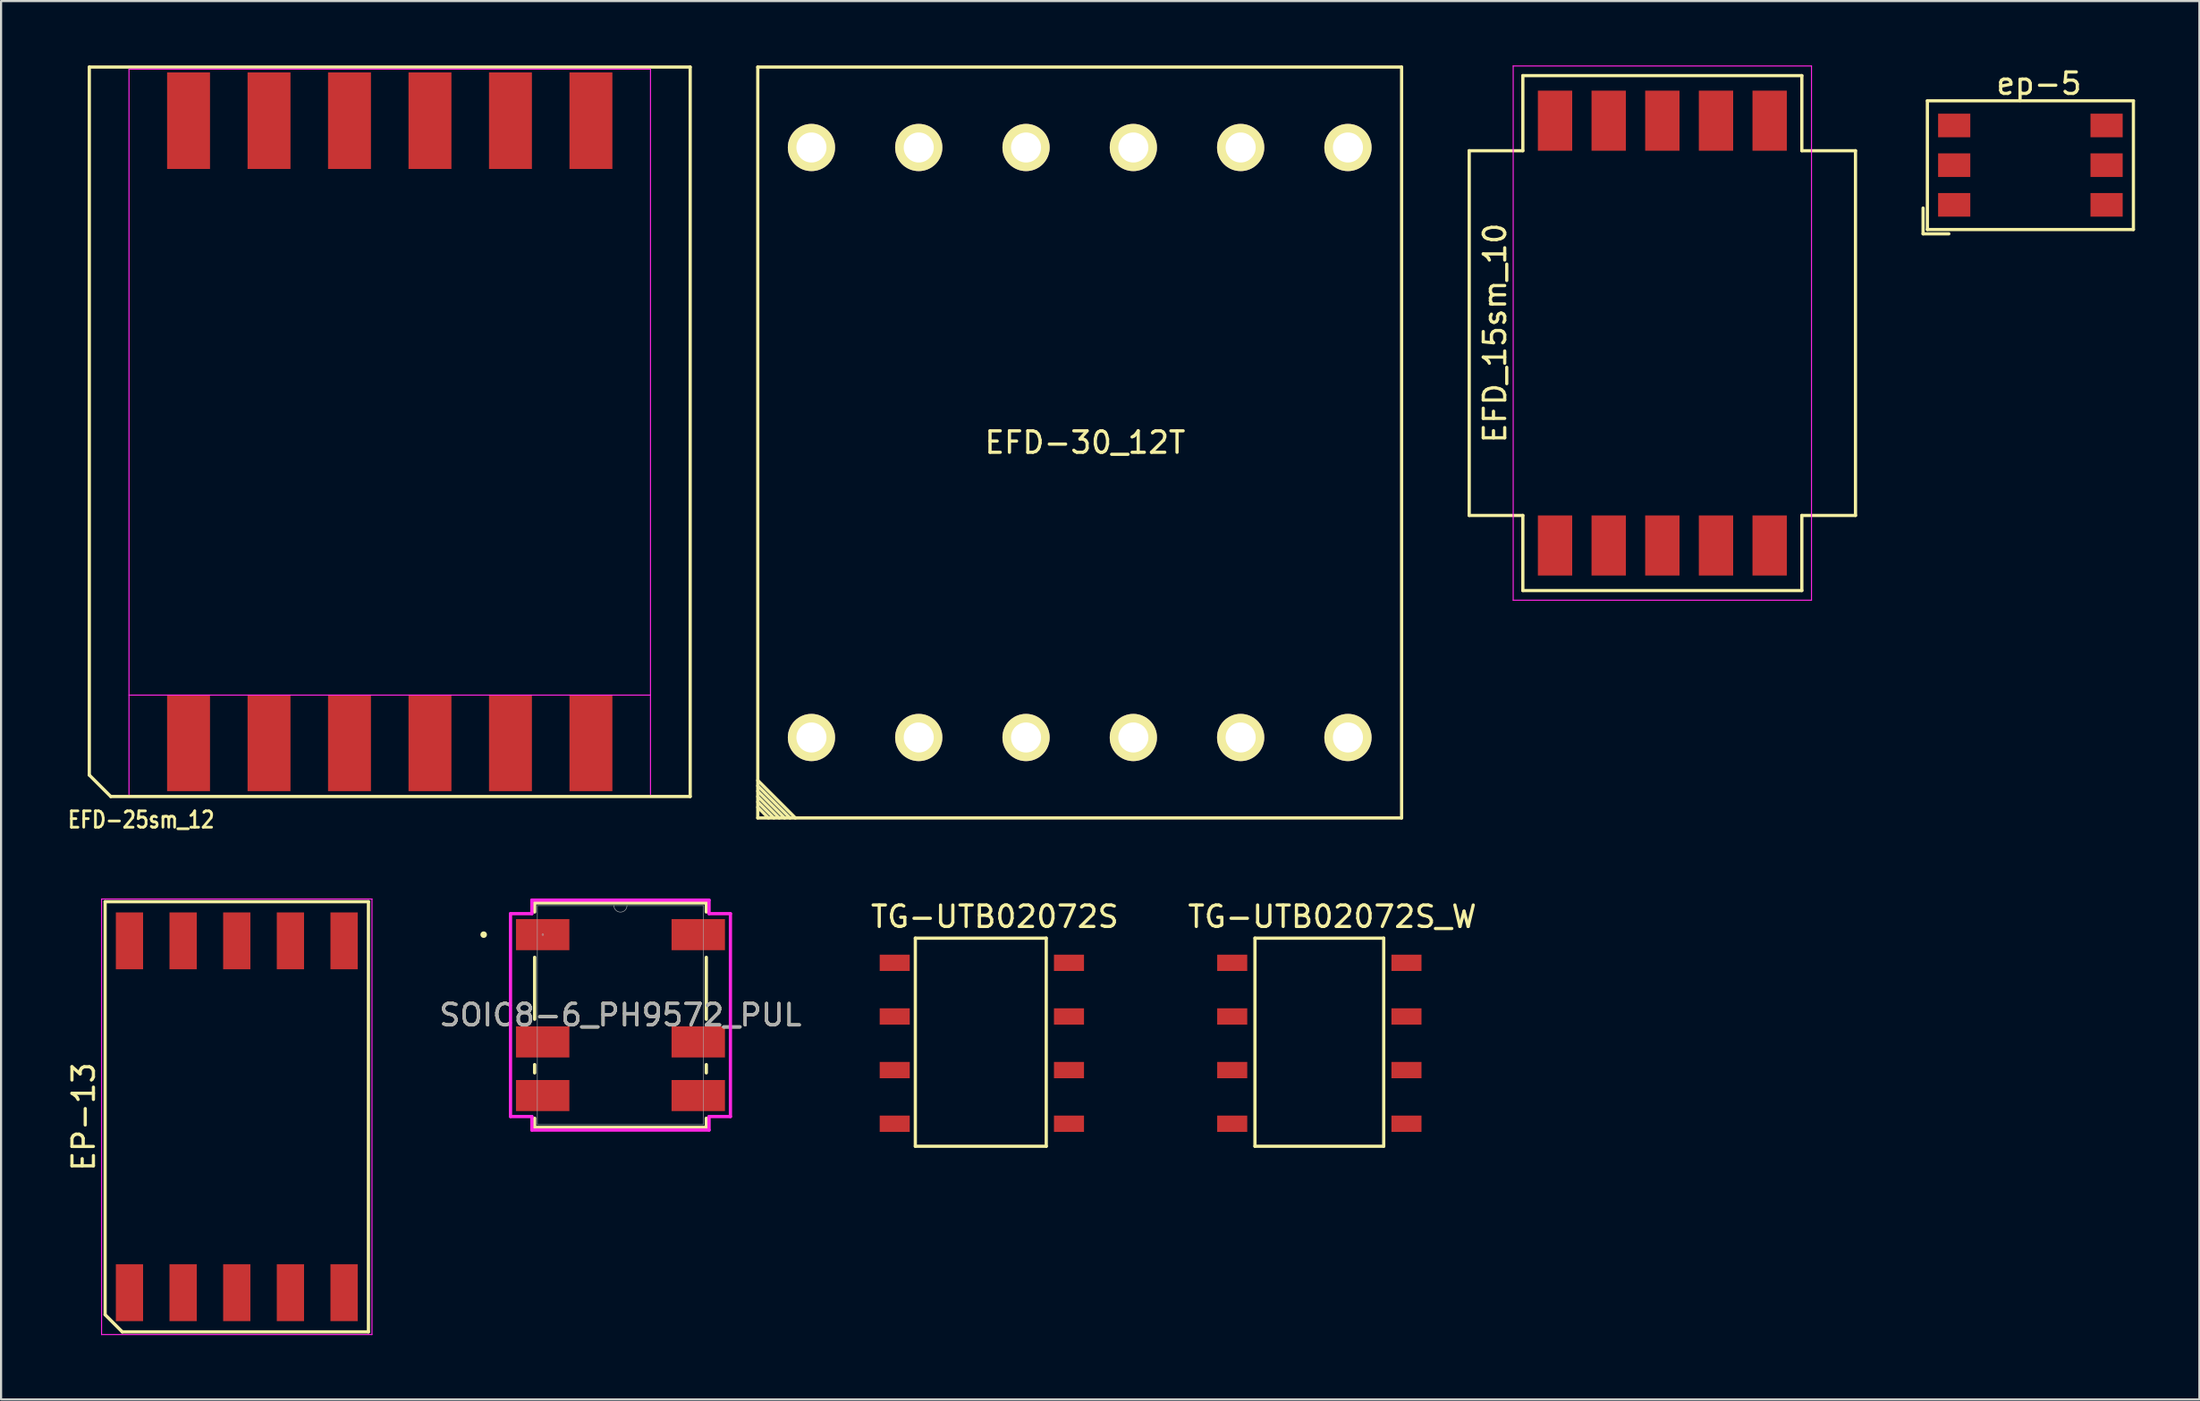
<source format=kicad_pcb>
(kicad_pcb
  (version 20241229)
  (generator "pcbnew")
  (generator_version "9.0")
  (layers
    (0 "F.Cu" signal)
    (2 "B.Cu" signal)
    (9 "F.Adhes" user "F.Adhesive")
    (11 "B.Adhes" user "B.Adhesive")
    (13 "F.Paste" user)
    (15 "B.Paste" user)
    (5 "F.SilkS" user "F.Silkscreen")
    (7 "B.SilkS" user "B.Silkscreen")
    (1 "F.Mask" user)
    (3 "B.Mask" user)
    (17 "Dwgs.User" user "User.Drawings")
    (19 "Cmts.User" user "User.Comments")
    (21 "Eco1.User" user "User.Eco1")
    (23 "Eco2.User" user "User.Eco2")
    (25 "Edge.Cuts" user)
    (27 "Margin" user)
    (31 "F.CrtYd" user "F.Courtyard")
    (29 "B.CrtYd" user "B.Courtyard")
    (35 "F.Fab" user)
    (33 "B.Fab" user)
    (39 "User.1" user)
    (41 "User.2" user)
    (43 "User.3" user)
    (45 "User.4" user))
  (footprint "EFD-25sm_12"
    (layer "F.Cu")
    (at 15.111 17.075)
    (property "Reference" "EFD-25sm_12" (at -11.582 18.085 180) (layer "F.SilkS") (effects (font (size 0.762 0.635) (thickness 0.127))))
    (attr smd)
    (fp_line (start -14 -17) (end 14 -17) (stroke (width 0.15) (type solid)) (layer "F.SilkS"))
    (fp_line (start -14 16) (end -14 -17) (stroke (width 0.15) (type solid)) (layer "F.SilkS"))
    (fp_line (start -13 17) (end -14 16) (stroke (width 0.15) (type solid)) (layer "F.SilkS"))
    (fp_line (start 14 -17) (end 14 17) (stroke (width 0.15) (type solid)) (layer "F.SilkS"))
    (fp_line (start 14 17) (end -13 17) (stroke (width 0.15) (type solid)) (layer "F.SilkS"))
    (fp_line (start -12.15 -16.9) (end 12.15 -16.9) (stroke (width 0.05) (type solid)) (layer "F.CrtYd"))
    (fp_line (start -12.15 16.9) (end -12.15 -16.9) (stroke (width 0.05) (type solid)) (layer "F.CrtYd"))
    (fp_line (start 12.15 -16.9) (end 12.15 16.9) (stroke (width 0.05) (type solid)) (layer "F.CrtYd"))
    (fp_line (start 12.15 12.275) (end -12.15 12.275) (stroke (width 0.05) (type solid)) (layer "F.CrtYd"))
    (pad "1" smd rect (at -9.375 14.5) (size 2 4.5) (layers "F.Cu" "F.Mask" "F.Paste"))
    (pad "2" smd rect (at -5.625 14.5) (size 2 4.5) (layers "F.Cu" "F.Mask" "F.Paste"))
    (pad "3" smd rect (at -1.875 14.5) (size 2 4.5) (layers "F.Cu" "F.Mask" "F.Paste"))
    (pad "4" smd rect (at 1.875 14.5) (size 2 4.5) (layers "F.Cu" "F.Mask" "F.Paste"))
    (pad "5" smd rect (at 5.625 14.5) (size 2 4.5) (layers "F.Cu" "F.Mask" "F.Paste"))
    (pad "6" smd rect (at 9.375 14.5) (size 2 4.5) (layers "F.Cu" "F.Mask" "F.Paste"))
    (pad "7" smd rect (at 9.375 -14.5) (size 2 4.5) (layers "F.Cu" "F.Mask" "F.Paste"))
    (pad "8" smd rect (at 5.625 -14.5) (size 2 4.5) (layers "F.Cu" "F.Mask" "F.Paste"))
    (pad "9" smd rect (at 1.875 -14.5) (size 2 4.5) (layers "F.Cu" "F.Mask" "F.Paste"))
    (pad "10" smd rect (at -1.875 -14.5) (size 2 4.5) (layers "F.Cu" "F.Mask" "F.Paste"))
    (pad "11" smd rect (at -5.625 -14.5) (size 2 4.5) (layers "F.Cu" "F.Mask" "F.Paste"))
    (pad "12" smd rect (at -9.375 -14.5) (size 2 4.5) (layers "F.Cu" "F.Mask" "F.Paste")))
  (footprint "ep-5"
    (layer "F.Cu")
    (at 91.561 4.648)
    (property "Reference" "ep-5" (at 0.4 -3.8 0) (layer "F.SilkS") (effects (font (size 1 1) (thickness 0.15))))
    (attr through_hole)
    (fp_line (start -5 3.2) (end -5 2) (stroke (width 0.15) (type solid)) (layer "F.SilkS"))
    (fp_line (start -4.8 -3) (end 4.8 -3) (stroke (width 0.15) (type solid)) (layer "F.SilkS"))
    (fp_line (start -4.8 3) (end -4.8 -3) (stroke (width 0.15) (type solid)) (layer "F.SilkS"))
    (fp_line (start -3.8 3.2) (end -5 3.2) (stroke (width 0.15) (type solid)) (layer "F.SilkS"))
    (fp_line (start 4.8 -3) (end 4.8 3) (stroke (width 0.15) (type solid)) (layer "F.SilkS"))
    (fp_line (start 4.8 3) (end -4.8 3) (stroke (width 0.15) (type solid)) (layer "F.SilkS"))
    (pad "1" smd rect (at -3.55 1.85) (size 1.5 1.1) (layers "F.Cu" "F.Mask" "F.Paste"))
    (pad "2" smd rect (at -3.55 0) (size 1.5 1.1) (layers "F.Cu" "F.Mask" "F.Paste"))
    (pad "3" smd rect (at -3.55 -1.85) (size 1.5 1.1) (layers "F.Cu" "F.Mask" "F.Paste"))
    (pad "4" smd rect (at 3.55 -1.85) (size 1.5 1.1) (layers "F.Cu" "F.Mask" "F.Paste"))
    (pad "5" smd rect (at 3.55 0) (size 1.5 1.1) (layers "F.Cu" "F.Mask" "F.Paste"))
    (pad "6" smd rect (at 3.55 1.85) (size 1.5 1.1) (layers "F.Cu" "F.Mask" "F.Paste")))
  (footprint "EFD_15sm_10"
    (layer "F.Cu")
    (at 74.411 12.475)
    (property "Reference" "EFD_15sm_10" (at -7.8 0 90) (layer "F.SilkS") (effects (font (size 1 1) (thickness 0.15))))
    (attr smd)
    (fp_line (start -9 -8.5) (end -6.5 -8.5) (stroke (width 0.15) (type solid)) (layer "F.SilkS"))
    (fp_line (start -9 8.5) (end -9 -8.5) (stroke (width 0.15) (type solid)) (layer "F.SilkS"))
    (fp_line (start -6.5 -12) (end 6.5 -12) (stroke (width 0.15) (type solid)) (layer "F.SilkS"))
    (fp_line (start -6.5 -8.5) (end -6.5 -12) (stroke (width 0.15) (type solid)) (layer "F.SilkS"))
    (fp_line (start -6.5 8.5) (end -9 8.5) (stroke (width 0.15) (type solid)) (layer "F.SilkS"))
    (fp_line (start -6.5 12) (end -6.5 8.5) (stroke (width 0.15) (type solid)) (layer "F.SilkS"))
    (fp_line (start 6.5 -12) (end 6.5 -8.5) (stroke (width 0.15) (type solid)) (layer "F.SilkS"))
    (fp_line (start 6.5 -8.5) (end 9 -8.5) (stroke (width 0.15) (type solid)) (layer "F.SilkS"))
    (fp_line (start 6.5 8.5) (end 6.5 12) (stroke (width 0.15) (type solid)) (layer "F.SilkS"))
    (fp_line (start 6.5 12) (end -6.5 12) (stroke (width 0.15) (type solid)) (layer "F.SilkS"))
    (fp_line (start 9 -8.5) (end 9 8.5) (stroke (width 0.15) (type solid)) (layer "F.SilkS"))
    (fp_line (start 9 8.5) (end 6.5 8.5) (stroke (width 0.15) (type solid)) (layer "F.SilkS"))
    (fp_line (start -6.95 -12.45) (end 6.95 -12.45) (stroke (width 0.05) (type solid)) (layer "F.CrtYd"))
    (fp_line (start -6.95 12.45) (end -6.95 -12.45) (stroke (width 0.05) (type solid)) (layer "F.CrtYd"))
    (fp_line (start 6.95 -12.45) (end 6.95 12.45) (stroke (width 0.05) (type solid)) (layer "F.CrtYd"))
    (fp_line (start 6.95 12.45) (end -6.95 12.45) (stroke (width 0.05) (type solid)) (layer "F.CrtYd"))
    (pad "1" smd rect (at -5 9.9) (size 1.6 2.8) (layers "F.Cu" "F.Mask" "F.Paste"))
    (pad "2" smd rect (at -2.5 9.9) (size 1.6 2.8) (layers "F.Cu" "F.Mask" "F.Paste"))
    (pad "3" smd rect (at 0 9.9) (size 1.6 2.8) (layers "F.Cu" "F.Mask" "F.Paste"))
    (pad "4" smd rect (at 2.5 9.9) (size 1.6 2.8) (layers "F.Cu" "F.Mask" "F.Paste"))
    (pad "5" smd rect (at 5 9.9) (size 1.6 2.8) (layers "F.Cu" "F.Mask" "F.Paste"))
    (pad "6" smd rect (at 5 -9.9) (size 1.6 2.8) (layers "F.Cu" "F.Mask" "F.Paste"))
    (pad "7" smd rect (at 2.5 -9.9) (size 1.6 2.8) (layers "F.Cu" "F.Mask" "F.Paste"))
    (pad "8" smd rect (at 0 -9.9) (size 1.6 2.8) (layers "F.Cu" "F.Mask" "F.Paste"))
    (pad "9" smd rect (at -2.5 -9.9) (size 1.6 2.8) (layers "F.Cu" "F.Mask" "F.Paste"))
    (pad "10" smd rect (at -5 -9.9) (size 1.6 2.8) (layers "F.Cu" "F.Mask" "F.Paste")))
  (footprint "TG-UTB02072S"
    (layer "F.Cu")
    (at 42.702 45.577)
    (property "Reference" "TG-UTB02072S" (at 0.6 -5.9 0) (layer "F.SilkS") (effects (font (size 1 1) (thickness 0.15))))
    (attr through_hole)
    (fp_line (start -3.1 -4.9) (end 3 -4.9) (stroke (width 0.15) (type solid)) (layer "F.SilkS"))
    (fp_line (start -3.1 4.8) (end -3.1 -4.9) (stroke (width 0.15) (type solid)) (layer "F.SilkS"))
    (fp_line (start 3 -4.9) (end 3 4.8) (stroke (width 0.15) (type solid)) (layer "F.SilkS"))
    (fp_line (start 3 4.8) (end -3.1 4.8) (stroke (width 0.15) (type solid)) (layer "F.SilkS"))
    (pad "1" smd rect (at -4.06 3.75) (size 1.4 0.76) (layers "F.Cu" "F.Mask" "F.Paste"))
    (pad "2" smd rect (at -4.06 1.25) (size 1.4 0.76) (layers "F.Cu" "F.Mask" "F.Paste"))
    (pad "3" smd rect (at -4.06 -1.25) (size 1.4 0.76) (layers "F.Cu" "F.Mask" "F.Paste"))
    (pad "4" smd rect (at -4.06 -3.75) (size 1.4 0.76) (layers "F.Cu" "F.Mask" "F.Paste"))
    (pad "5" smd rect (at 4.06 -3.75) (size 1.4 0.76) (layers "F.Cu" "F.Mask" "F.Paste"))
    (pad "6" smd rect (at 4.06 -1.25) (size 1.4 0.76) (layers "F.Cu" "F.Mask" "F.Paste"))
    (pad "7" smd rect (at 4.06 1.25) (size 1.4 0.76) (layers "F.Cu" "F.Mask" "F.Paste"))
    (pad "8" smd rect (at 4.06 3.75) (size 1.4 0.76) (layers "F.Cu" "F.Mask" "F.Paste")))
  (footprint "EFD-30_12T"
    (layer "F.Cu")
    (at 47.261 17.575)
    (property "Reference" "EFD-30_12T" (at 0.25 0 0) (layer "F.SilkS") (effects (font (size 1 1) (thickness 0.15))))
    (attr through_hole)
    (fp_line (start -15 -17.5) (end 15 -17.5) (stroke (width 0.15) (type solid)) (layer "F.SilkS"))
    (fp_line (start -15 15.75) (end -13.25 17.5) (stroke (width 0.15) (type solid)) (layer "F.SilkS"))
    (fp_line (start -15 16) (end -13.5 17.5) (stroke (width 0.15) (type solid)) (layer "F.SilkS"))
    (fp_line (start -15 16.25) (end -13.75 17.5) (stroke (width 0.15) (type solid)) (layer "F.SilkS"))
    (fp_line (start -15 16.5) (end -14 17.5) (stroke (width 0.15) (type solid)) (layer "F.SilkS"))
    (fp_line (start -15 16.75) (end -14.25 17.5) (stroke (width 0.15) (type solid)) (layer "F.SilkS"))
    (fp_line (start -15 17) (end -14.5 17.5) (stroke (width 0.15) (type solid)) (layer "F.SilkS"))
    (fp_line (start -15 17.5) (end -15 -17.5) (stroke (width 0.15) (type solid)) (layer "F.SilkS"))
    (fp_line (start 15 -17.5) (end 15 17.5) (stroke (width 0.15) (type solid)) (layer "F.SilkS"))
    (fp_line (start 15 17.5) (end -15 17.5) (stroke (width 0.15) (type solid)) (layer "F.SilkS"))
    (pad "1" thru_hole circle (at -12.5 13.75) (size 2.2 2.2) (drill 1.4) (layers "*.Cu" "*.Mask" "F.SilkS"))
    (pad "2" thru_hole circle (at -7.5 13.75) (size 2.2 2.2) (drill 1.4) (layers "*.Cu" "*.Mask" "F.SilkS"))
    (pad "3" thru_hole circle (at -2.5 13.75) (size 2.2 2.2) (drill 1.4) (layers "*.Cu" "*.Mask" "F.SilkS"))
    (pad "4" thru_hole circle (at 2.5 13.75) (size 2.2 2.2) (drill 1.4) (layers "*.Cu" "*.Mask" "F.SilkS"))
    (pad "5" thru_hole circle (at 7.5 13.75) (size 2.2 2.2) (drill 1.4) (layers "*.Cu" "*.Mask" "F.SilkS"))
    (pad "6" thru_hole circle (at 12.5 13.75) (size 2.2 2.2) (drill 1.4) (layers "*.Cu" "*.Mask" "F.SilkS"))
    (pad "7" thru_hole circle (at 12.5 -13.75) (size 2.2 2.2) (drill 1.4) (layers "*.Cu" "*.Mask" "F.SilkS"))
    (pad "8" thru_hole circle (at 7.5 -13.75) (size 2.2 2.2) (drill 1.4) (layers "*.Cu" "*.Mask" "F.SilkS"))
    (pad "9" thru_hole circle (at 2.5 -13.75) (size 2.2 2.2) (drill 1.4) (layers "*.Cu" "*.Mask" "F.SilkS"))
    (pad "10" thru_hole circle (at -2.5 -13.75) (size 2.2 2.2) (drill 1.4) (layers "*.Cu" "*.Mask" "F.SilkS"))
    (pad "11" thru_hole circle (at -7.5 -13.75) (size 2.2 2.2) (drill 1.4) (layers "*.Cu" "*.Mask" "F.SilkS"))
    (pad "12" thru_hole circle (at -12.5 -13.75) (size 2.2 2.2) (drill 1.4) (layers "*.Cu" "*.Mask" "F.SilkS")))
  (footprint "EP-13"
    (layer "F.Cu")
    (at 7.983 49.003)
    (property "Reference" "EP-13" (at -7.135 0 90) (layer "F.SilkS") (effects (font (size 1 1) (thickness 0.15))))
    (attr smd)
    (fp_line (start -6.135 -10.025) (end 6.135 -10.025) (stroke (width 0.15) (type solid)) (layer "F.SilkS"))
    (fp_line (start -6.135 9.225) (end -6.135 -10.025) (stroke (width 0.15) (type solid)) (layer "F.SilkS"))
    (fp_line (start -5.335 10.025) (end -6.135 9.225) (stroke (width 0.15) (type solid)) (layer "F.SilkS"))
    (fp_line (start 6.135 -10.025) (end 6.135 10.025) (stroke (width 0.15) (type solid)) (layer "F.SilkS"))
    (fp_line (start 6.135 10.025) (end -5.335 10.025) (stroke (width 0.15) (type solid)) (layer "F.SilkS"))
    (fp_line (start -6.3 -10.15) (end 6.3 -10.15) (stroke (width 0.05) (type solid)) (layer "F.CrtYd"))
    (fp_line (start -6.3 10.15) (end -6.3 -10.15) (stroke (width 0.05) (type solid)) (layer "F.CrtYd"))
    (fp_line (start 6.3 -10.15) (end 6.3 10.15) (stroke (width 0.05) (type solid)) (layer "F.CrtYd"))
    (fp_line (start 6.3 10.15) (end -6.3 10.15) (stroke (width 0.05) (type solid)) (layer "F.CrtYd"))
    (pad "1" smd rect (at -5 8.2) (size 1.27 2.65) (layers "F.Cu" "F.Mask" "F.Paste"))
    (pad "2" smd rect (at -2.5 8.2) (size 1.27 2.65) (layers "F.Cu" "F.Mask" "F.Paste"))
    (pad "3" smd rect (at 0 8.2) (size 1.27 2.65) (layers "F.Cu" "F.Mask" "F.Paste"))
    (pad "4" smd rect (at 2.5 8.2) (size 1.27 2.65) (layers "F.Cu" "F.Mask" "F.Paste"))
    (pad "5" smd rect (at 5 8.2) (size 1.27 2.65) (layers "F.Cu" "F.Mask" "F.Paste"))
    (pad "6" smd rect (at 5 -8.2) (size 1.27 2.65) (layers "F.Cu" "F.Mask" "F.Paste"))
    (pad "7" smd rect (at 2.5 -8.2) (size 1.27 2.65) (layers "F.Cu" "F.Mask" "F.Paste"))
    (pad "8" smd rect (at 0 -8.2) (size 1.27 2.65) (layers "F.Cu" "F.Mask" "F.Paste"))
    (pad "9" smd rect (at -2.5 -8.2) (size 1.27 2.65) (layers "F.Cu" "F.Mask" "F.Paste"))
    (pad "10" smd rect (at -5 -8.2) (size 1.27 2.65) (layers "F.Cu" "F.Mask" "F.Paste")))
  (footprint "TG-UTB02072S_W"
    (layer "F.Cu")
    (at 58.428 45.577)
    (property "Reference" "TG-UTB02072S_W" (at 0.6 -5.9 0) (layer "F.SilkS") (effects (font (size 1 1) (thickness 0.15))))
    (attr through_hole)
    (fp_line (start -3 -4.9) (end 3 -4.9) (stroke (width 0.15) (type solid)) (layer "F.SilkS"))
    (fp_line (start -3 4.8) (end -3 -4.9) (stroke (width 0.15) (type solid)) (layer "F.SilkS"))
    (fp_line (start 3 -4.9) (end 3 4.8) (stroke (width 0.15) (type solid)) (layer "F.SilkS"))
    (fp_line (start 3 4.8) (end -3 4.8) (stroke (width 0.15) (type solid)) (layer "F.SilkS"))
    (pad "1" smd rect (at -4.06 3.75) (size 1.4 0.76) (layers "F.Cu" "F.Mask" "F.Paste"))
    (pad "2" smd rect (at -4.06 1.25) (size 1.4 0.76) (layers "F.Cu" "F.Mask" "F.Paste"))
    (pad "3" smd rect (at -4.06 -1.25) (size 1.4 0.76) (layers "F.Cu" "F.Mask" "F.Paste"))
    (pad "4" smd rect (at -4.06 -3.75) (size 1.4 0.76) (layers "F.Cu" "F.Mask" "F.Paste"))
    (pad "5" smd rect (at 4.06 -3.75) (size 1.4 0.76) (layers "F.Cu" "F.Mask" "F.Paste"))
    (pad "6" smd rect (at 4.06 -1.25) (size 1.4 0.76) (layers "F.Cu" "F.Mask" "F.Paste"))
    (pad "7" smd rect (at 4.06 1.25) (size 1.4 0.76) (layers "F.Cu" "F.Mask" "F.Paste"))
    (pad "8" smd rect (at 4.06 3.75) (size 1.4 0.76) (layers "F.Cu" "F.Mask" "F.Paste")))
  (footprint "SOIC8-6_PH9572_PUL"
    (layer "F.Cu")
    (at 25.862 44.264)
    (property "Reference" "SOIC8-6_PH9572_PUL" (at 0 0 0) (unlocked yes) (layer "F.SilkS") (effects (font (size 1 1) (thickness 0.15))))
    (attr smd)
    (fp_line (start -4 -5.232) (end -4 -4.807) (stroke (width 0.152) (type solid)) (layer "F.SilkS"))
    (fp_line (start -4 -2.693) (end -4 0.193) (stroke (width 0.152) (type solid)) (layer "F.SilkS"))
    (fp_line (start -4 2.307) (end -4 2.693) (stroke (width 0.152) (type solid)) (layer "F.SilkS"))
    (fp_line (start -4 4.807) (end -4 5.232) (stroke (width 0.152) (type solid)) (layer "F.SilkS"))
    (fp_line (start -4 5.232) (end 4 5.232) (stroke (width 0.152) (type solid)) (layer "F.SilkS"))
    (fp_line (start 4 -5.232) (end -4 -5.232) (stroke (width 0.152) (type solid)) (layer "F.SilkS"))
    (fp_line (start 4 -4.807) (end 4 -5.232) (stroke (width 0.152) (type solid)) (layer "F.SilkS"))
    (fp_line (start 4 0.193) (end 4 -2.693) (stroke (width 0.152) (type solid)) (layer "F.SilkS"))
    (fp_line (start 4 2.693) (end 4 2.307) (stroke (width 0.152) (type solid)) (layer "F.SilkS"))
    (fp_line (start 4 5.232) (end 4 4.807) (stroke (width 0.152) (type solid)) (layer "F.SilkS"))
    (fp_circle (center -6.374 -3.75) (end -6.297 -3.75) (stroke (width 0.152) (type solid)) (fill no) (layer "F.SilkS"))
    (fp_line (start -5.124 -4.728) (end -4.128 -4.728) (stroke (width 0.152) (type solid)) (layer "F.CrtYd"))
    (fp_line (start -5.124 4.728) (end -5.124 -4.728) (stroke (width 0.152) (type solid)) (layer "F.CrtYd"))
    (fp_line (start -5.124 4.728) (end -4.128 4.728) (stroke (width 0.152) (type solid)) (layer "F.CrtYd"))
    (fp_line (start -4.128 -5.359) (end 4.128 -5.359) (stroke (width 0.152) (type solid)) (layer "F.CrtYd"))
    (fp_line (start -4.128 -4.728) (end -4.128 -5.359) (stroke (width 0.152) (type solid)) (layer "F.CrtYd"))
    (fp_line (start -4.128 5.359) (end -4.128 4.728) (stroke (width 0.152) (type solid)) (layer "F.CrtYd"))
    (fp_line (start 4.128 -5.359) (end 4.128 -4.728) (stroke (width 0.152) (type solid)) (layer "F.CrtYd"))
    (fp_line (start 4.128 4.728) (end 4.128 5.359) (stroke (width 0.152) (type solid)) (layer "F.CrtYd"))
    (fp_line (start 4.128 5.359) (end -4.128 5.359) (stroke (width 0.152) (type solid)) (layer "F.CrtYd"))
    (fp_line (start 5.124 -4.728) (end 4.128 -4.728) (stroke (width 0.152) (type solid)) (layer "F.CrtYd"))
    (fp_line (start 5.124 -4.728) (end 5.124 4.728) (stroke (width 0.152) (type solid)) (layer "F.CrtYd"))
    (fp_line (start 5.124 4.728) (end 4.128 4.728) (stroke (width 0.152) (type solid)) (layer "F.CrtYd"))
    (fp_line (start -3.873 -5.105) (end -3.873 5.105) (stroke (width 0.025) (type solid)) (layer "F.Fab"))
    (fp_line (start -3.873 5.105) (end 3.873 5.105) (stroke (width 0.025) (type solid)) (layer "F.Fab"))
    (fp_line (start 3.873 -5.105) (end -3.873 -5.105) (stroke (width 0.025) (type solid)) (layer "F.Fab"))
    (fp_line (start 3.873 5.105) (end 3.873 -5.105) (stroke (width 0.025) (type solid)) (layer "F.Fab"))
    (fp_arc (start 0.3048 -5.1054) (mid 0 -4.8006) (end -0.3048 -5.1054) (stroke (width 0.0254) (type solid)) (layer "F.Fab"))
    (fp_circle (center -3.619 -3.75) (end -3.581 -3.75) (stroke (width 0.025) (type solid)) (fill no) (layer "F.Fab"))
    (fp_text user "${REFERENCE}" (at 0 0 0) (unlocked yes) (layer "F.Fab") (effects (font (size 1 1) (thickness 0.15))))
    (pad "1" smd rect (at -3.625 -3.75) (size 2.489 1.448) (layers "F.Cu" "F.Mask" "F.Paste"))
    (pad "3" smd rect (at -3.625 1.25) (size 2.489 1.448) (layers "F.Cu" "F.Mask" "F.Paste"))
    (pad "4" smd rect (at -3.625 3.75) (size 2.489 1.448) (layers "F.Cu" "F.Mask" "F.Paste"))
    (pad "5" smd rect (at 3.625 3.75) (size 2.489 1.448) (layers "F.Cu" "F.Mask" "F.Paste"))
    (pad "6" smd rect (at 3.625 1.25) (size 2.489 1.448) (layers "F.Cu" "F.Mask" "F.Paste"))
    (pad "8" smd rect (at 3.625 -3.75) (size 2.489 1.448) (layers "F.Cu" "F.Mask" "F.Paste")))
  (gr_rect
    (start -3 -3)
    (end 99.436 62.178)
    (stroke (width 0.1) (type default))
    (fill no)
    (layer "Edge.Cuts")))
</source>
